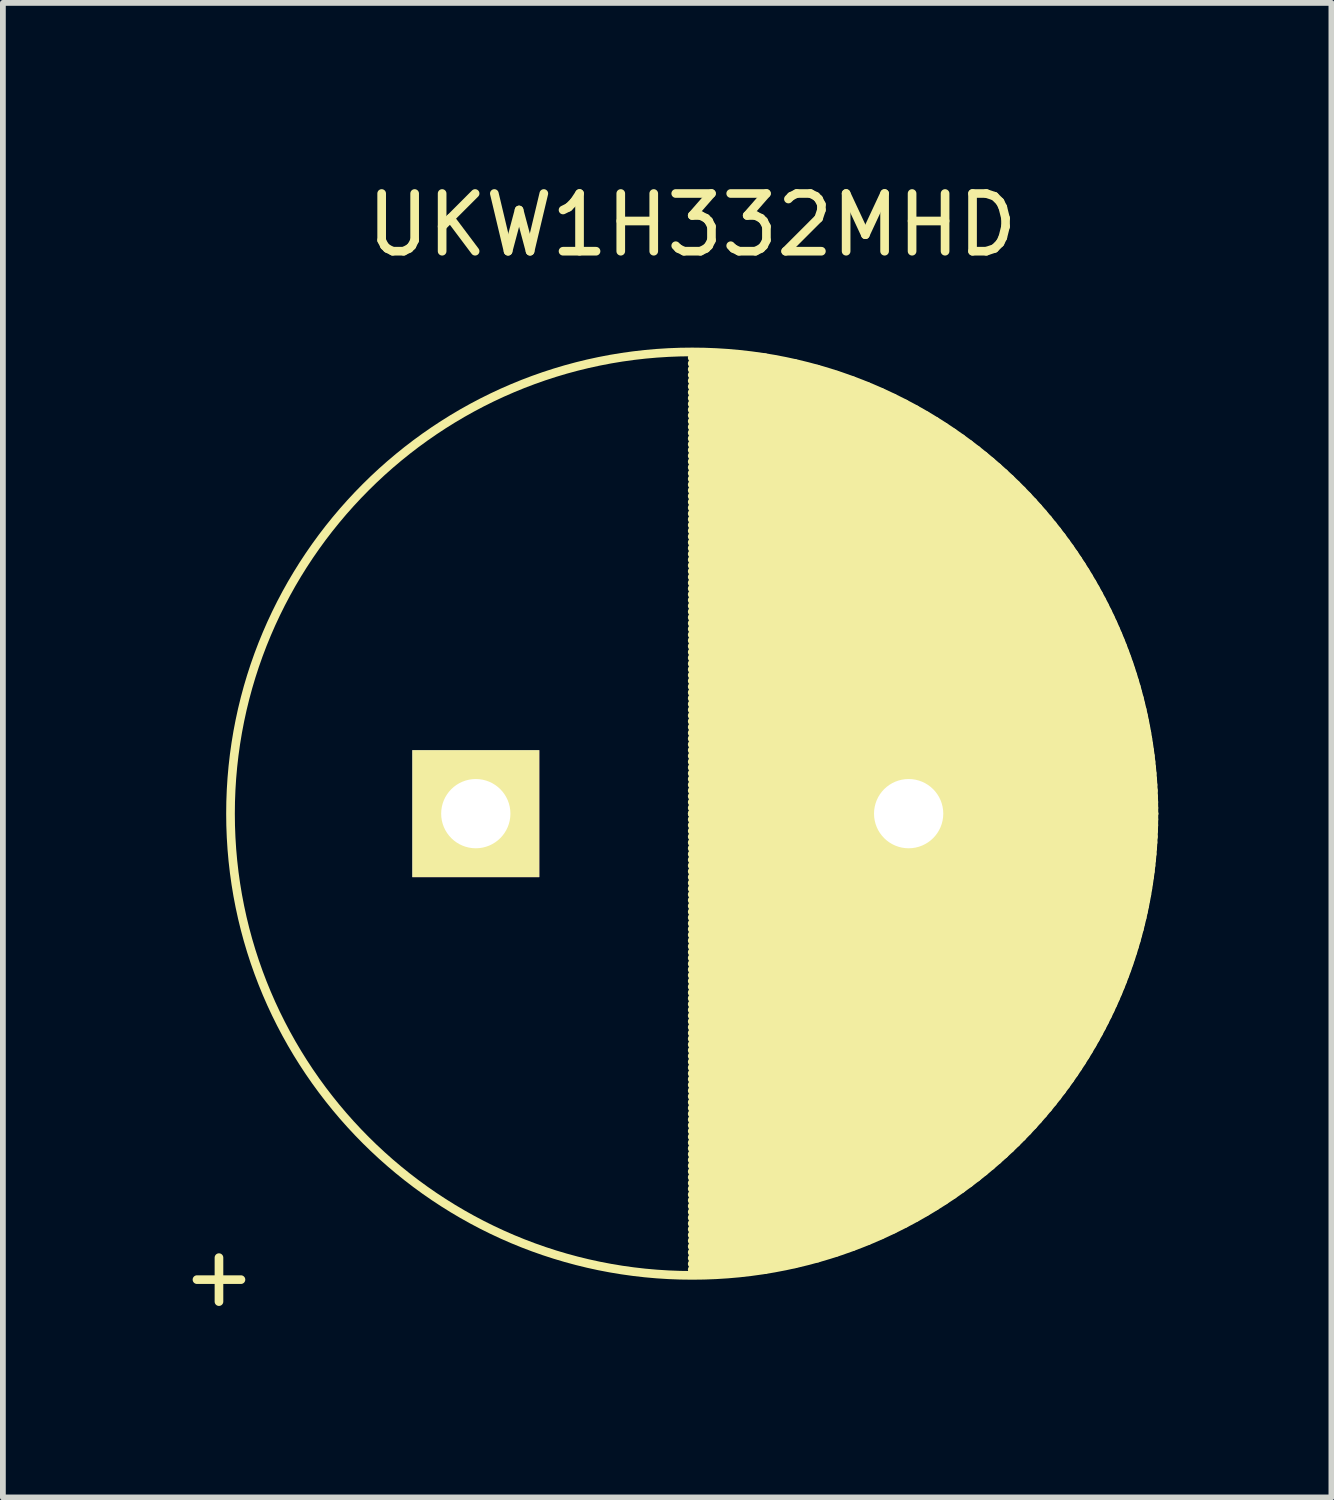
<source format=kicad_pcb>
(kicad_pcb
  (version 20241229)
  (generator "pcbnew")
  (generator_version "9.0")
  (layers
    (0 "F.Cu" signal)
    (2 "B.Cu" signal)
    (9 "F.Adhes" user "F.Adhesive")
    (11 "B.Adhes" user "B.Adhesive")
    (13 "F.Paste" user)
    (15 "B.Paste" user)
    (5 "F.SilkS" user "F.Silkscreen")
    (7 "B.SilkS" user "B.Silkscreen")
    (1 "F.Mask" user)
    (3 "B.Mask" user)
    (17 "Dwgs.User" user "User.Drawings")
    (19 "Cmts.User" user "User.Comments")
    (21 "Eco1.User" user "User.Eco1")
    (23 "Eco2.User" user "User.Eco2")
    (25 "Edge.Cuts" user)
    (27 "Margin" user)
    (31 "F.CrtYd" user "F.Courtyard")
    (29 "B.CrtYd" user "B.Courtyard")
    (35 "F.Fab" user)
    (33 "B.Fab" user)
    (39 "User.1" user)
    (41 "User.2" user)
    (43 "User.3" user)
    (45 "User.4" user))
  (footprint "UKW1H332MHD"
    (layer "F.Cu")
    (at 5.194 11.048)
    (property "Reference" "UKW1H332MHD" (at 3.75 -10.2 0) (layer "F.SilkS") (effects (font (size 1 1) (thickness 0.15))))
    (attr through_hole)
    (fp_line (start 3.75 -7.9) (end 5.011 -7.9) (stroke (width 0.15) (type solid)) (layer "F.SilkS"))
    (fp_line (start 3.75 -7.8) (end 5.528 -7.8) (stroke (width 0.15) (type solid)) (layer "F.SilkS"))
    (fp_line (start 3.75 -7.7) (end 5.92 -7.7) (stroke (width 0.15) (type solid)) (layer "F.SilkS"))
    (fp_line (start 3.75 -7.6) (end 6.248 -7.6) (stroke (width 0.15) (type solid)) (layer "F.SilkS"))
    (fp_line (start 3.75 -7.5) (end 6.534 -7.5) (stroke (width 0.15) (type solid)) (layer "F.SilkS"))
    (fp_line (start 3.75 -7.4) (end 6.79 -7.4) (stroke (width 0.15) (type solid)) (layer "F.SilkS"))
    (fp_line (start 3.75 -7.3) (end 7.023 -7.3) (stroke (width 0.15) (type solid)) (layer "F.SilkS"))
    (fp_line (start 3.75 -7.2) (end 7.237 -7.2) (stroke (width 0.15) (type solid)) (layer "F.SilkS"))
    (fp_line (start 3.75 -7.1) (end 7.436 -7.1) (stroke (width 0.15) (type solid)) (layer "F.SilkS"))
    (fp_line (start 3.75 -7) (end 7.623 -7) (stroke (width 0.15) (type solid)) (layer "F.SilkS"))
    (fp_line (start 3.75 -6.9) (end 7.798 -6.9) (stroke (width 0.15) (type solid)) (layer "F.SilkS"))
    (fp_line (start 3.75 -6.8) (end 7.964 -6.8) (stroke (width 0.15) (type solid)) (layer "F.SilkS"))
    (fp_line (start 3.75 -6.7) (end 8.121 -6.7) (stroke (width 0.15) (type solid)) (layer "F.SilkS"))
    (fp_line (start 3.75 -6.6) (end 8.271 -6.6) (stroke (width 0.15) (type solid)) (layer "F.SilkS"))
    (fp_line (start 3.75 -6.5) (end 8.414 -6.5) (stroke (width 0.15) (type solid)) (layer "F.SilkS"))
    (fp_line (start 3.75 -6.4) (end 8.55 -6.4) (stroke (width 0.15) (type solid)) (layer "F.SilkS"))
    (fp_line (start 3.75 -6.3) (end 8.681 -6.3) (stroke (width 0.15) (type solid)) (layer "F.SilkS"))
    (fp_line (start 3.75 -6.2) (end 8.806 -6.2) (stroke (width 0.15) (type solid)) (layer "F.SilkS"))
    (fp_line (start 3.75 -6.1) (end 8.926 -6.1) (stroke (width 0.15) (type solid)) (layer "F.SilkS"))
    (fp_line (start 3.75 -6) (end 9.042 -6) (stroke (width 0.15) (type solid)) (layer "F.SilkS"))
    (fp_line (start 3.75 -5.9) (end 9.153 -5.9) (stroke (width 0.15) (type solid)) (layer "F.SilkS"))
    (fp_line (start 3.75 -5.8) (end 9.26 -5.8) (stroke (width 0.15) (type solid)) (layer "F.SilkS"))
    (fp_line (start 3.75 -5.7) (end 9.363 -5.7) (stroke (width 0.15) (type solid)) (layer "F.SilkS"))
    (fp_line (start 3.75 -5.6) (end 9.463 -5.6) (stroke (width 0.15) (type solid)) (layer "F.SilkS"))
    (fp_line (start 3.75 -5.5) (end 9.559 -5.5) (stroke (width 0.15) (type solid)) (layer "F.SilkS"))
    (fp_line (start 3.75 -5.4) (end 9.653 -5.4) (stroke (width 0.15) (type solid)) (layer "F.SilkS"))
    (fp_line (start 3.75 -5.3) (end 9.742 -5.3) (stroke (width 0.15) (type solid)) (layer "F.SilkS"))
    (fp_line (start 3.75 -5.2) (end 9.829 -5.2) (stroke (width 0.15) (type solid)) (layer "F.SilkS"))
    (fp_line (start 3.75 -5.1) (end 9.914 -5.1) (stroke (width 0.15) (type solid)) (layer "F.SilkS"))
    (fp_line (start 3.75 -5) (end 9.995 -5) (stroke (width 0.15) (type solid)) (layer "F.SilkS"))
    (fp_line (start 3.75 -4.9) (end 10.074 -4.9) (stroke (width 0.15) (type solid)) (layer "F.SilkS"))
    (fp_line (start 3.75 -4.8) (end 10.15 -4.8) (stroke (width 0.15) (type solid)) (layer "F.SilkS"))
    (fp_line (start 3.75 -4.7) (end 10.224 -4.7) (stroke (width 0.15) (type solid)) (layer "F.SilkS"))
    (fp_line (start 3.75 -4.6) (end 10.295 -4.6) (stroke (width 0.15) (type solid)) (layer "F.SilkS"))
    (fp_line (start 3.75 -4.5) (end 10.364 -4.5) (stroke (width 0.15) (type solid)) (layer "F.SilkS"))
    (fp_line (start 3.75 -4.4) (end 10.431 -4.4) (stroke (width 0.15) (type solid)) (layer "F.SilkS"))
    (fp_line (start 3.75 -4.3) (end 10.496 -4.3) (stroke (width 0.15) (type solid)) (layer "F.SilkS"))
    (fp_line (start 3.75 -4.2) (end 10.559 -4.2) (stroke (width 0.15) (type solid)) (layer "F.SilkS"))
    (fp_line (start 3.75 -4.1) (end 10.619 -4.1) (stroke (width 0.15) (type solid)) (layer "F.SilkS"))
    (fp_line (start 3.75 -4) (end 10.678 -4) (stroke (width 0.15) (type solid)) (layer "F.SilkS"))
    (fp_line (start 3.75 -3.9) (end 10.735 -3.9) (stroke (width 0.15) (type solid)) (layer "F.SilkS"))
    (fp_line (start 3.75 -3.8) (end 10.79 -3.8) (stroke (width 0.15) (type solid)) (layer "F.SilkS"))
    (fp_line (start 3.75 -3.7) (end 10.843 -3.7) (stroke (width 0.15) (type solid)) (layer "F.SilkS"))
    (fp_line (start 3.75 -3.6) (end 10.894 -3.6) (stroke (width 0.15) (type solid)) (layer "F.SilkS"))
    (fp_line (start 3.75 -3.5) (end 10.944 -3.5) (stroke (width 0.15) (type solid)) (layer "F.SilkS"))
    (fp_line (start 3.75 -3.4) (end 10.992 -3.4) (stroke (width 0.15) (type solid)) (layer "F.SilkS"))
    (fp_line (start 3.75 -3.3) (end 11.038 -3.3) (stroke (width 0.15) (type solid)) (layer "F.SilkS"))
    (fp_line (start 3.75 -3.2) (end 11.082 -3.2) (stroke (width 0.15) (type solid)) (layer "F.SilkS"))
    (fp_line (start 3.75 -3.1) (end 11.125 -3.1) (stroke (width 0.15) (type solid)) (layer "F.SilkS"))
    (fp_line (start 3.75 -3) (end 11.166 -3) (stroke (width 0.15) (type solid)) (layer "F.SilkS"))
    (fp_line (start 3.75 -2.9) (end 11.206 -2.9) (stroke (width 0.15) (type solid)) (layer "F.SilkS"))
    (fp_line (start 3.75 -2.8) (end 11.244 -2.8) (stroke (width 0.15) (type solid)) (layer "F.SilkS"))
    (fp_line (start 3.75 -2.7) (end 11.281 -2.7) (stroke (width 0.15) (type solid)) (layer "F.SilkS"))
    (fp_line (start 3.75 -2.6) (end 11.316 -2.6) (stroke (width 0.15) (type solid)) (layer "F.SilkS"))
    (fp_line (start 3.75 -2.5) (end 11.349 -2.5) (stroke (width 0.15) (type solid)) (layer "F.SilkS"))
    (fp_line (start 3.75 -2.4) (end 11.382 -2.4) (stroke (width 0.15) (type solid)) (layer "F.SilkS"))
    (fp_line (start 3.75 -2.3) (end 11.412 -2.3) (stroke (width 0.15) (type solid)) (layer "F.SilkS"))
    (fp_line (start 3.75 -2.2) (end 11.442 -2.2) (stroke (width 0.15) (type solid)) (layer "F.SilkS"))
    (fp_line (start 3.75 -2.1) (end 11.469 -2.1) (stroke (width 0.15) (type solid)) (layer "F.SilkS"))
    (fp_line (start 3.75 -2) (end 11.496 -2) (stroke (width 0.15) (type solid)) (layer "F.SilkS"))
    (fp_line (start 3.75 -1.9) (end 11.521 -1.9) (stroke (width 0.15) (type solid)) (layer "F.SilkS"))
    (fp_line (start 3.75 -1.8) (end 11.545 -1.8) (stroke (width 0.15) (type solid)) (layer "F.SilkS"))
    (fp_line (start 3.75 -1.7) (end 11.567 -1.7) (stroke (width 0.15) (type solid)) (layer "F.SilkS"))
    (fp_line (start 3.75 -1.6) (end 11.588 -1.6) (stroke (width 0.15) (type solid)) (layer "F.SilkS"))
    (fp_line (start 3.75 -1.5) (end 11.608 -1.5) (stroke (width 0.15) (type solid)) (layer "F.SilkS"))
    (fp_line (start 3.75 -1.4) (end 11.627 -1.4) (stroke (width 0.15) (type solid)) (layer "F.SilkS"))
    (fp_line (start 3.75 -1.3) (end 11.644 -1.3) (stroke (width 0.15) (type solid)) (layer "F.SilkS"))
    (fp_line (start 3.75 -1.2) (end 11.659 -1.2) (stroke (width 0.15) (type solid)) (layer "F.SilkS"))
    (fp_line (start 3.75 -1.1) (end 11.674 -1.1) (stroke (width 0.15) (type solid)) (layer "F.SilkS"))
    (fp_line (start 3.75 -1) (end 11.687 -1) (stroke (width 0.15) (type solid)) (layer "F.SilkS"))
    (fp_line (start 3.75 -0.9) (end 11.699 -0.9) (stroke (width 0.15) (type solid)) (layer "F.SilkS"))
    (fp_line (start 3.75 -0.8) (end 11.71 -0.8) (stroke (width 0.15) (type solid)) (layer "F.SilkS"))
    (fp_line (start 3.75 -0.7) (end 11.719 -0.7) (stroke (width 0.15) (type solid)) (layer "F.SilkS"))
    (fp_line (start 3.75 -0.6) (end 11.727 -0.6) (stroke (width 0.15) (type solid)) (layer "F.SilkS"))
    (fp_line (start 3.75 -0.5) (end 11.734 -0.5) (stroke (width 0.15) (type solid)) (layer "F.SilkS"))
    (fp_line (start 3.75 -0.4) (end 11.74 -0.4) (stroke (width 0.15) (type solid)) (layer "F.SilkS"))
    (fp_line (start 3.75 -0.3) (end 11.744 -0.3) (stroke (width 0.15) (type solid)) (layer "F.SilkS"))
    (fp_line (start 3.75 -0.2) (end 11.748 -0.2) (stroke (width 0.15) (type solid)) (layer "F.SilkS"))
    (fp_line (start 3.75 -0.1) (end 11.749 -0.1) (stroke (width 0.15) (type solid)) (layer "F.SilkS"))
    (fp_line (start 3.75 0) (end 11.75 0) (stroke (width 0.15) (type solid)) (layer "F.SilkS"))
    (fp_line (start 3.75 0) (end 11.75 0) (stroke (width 0.15) (type solid)) (layer "F.SilkS"))
    (fp_line (start 3.75 0.1) (end 11.749 0.1) (stroke (width 0.15) (type solid)) (layer "F.SilkS"))
    (fp_line (start 3.75 0.2) (end 11.748 0.2) (stroke (width 0.15) (type solid)) (layer "F.SilkS"))
    (fp_line (start 3.75 0.3) (end 11.744 0.3) (stroke (width 0.15) (type solid)) (layer "F.SilkS"))
    (fp_line (start 3.75 0.4) (end 11.74 0.4) (stroke (width 0.15) (type solid)) (layer "F.SilkS"))
    (fp_line (start 3.75 0.5) (end 11.734 0.5) (stroke (width 0.15) (type solid)) (layer "F.SilkS"))
    (fp_line (start 3.75 0.6) (end 11.727 0.6) (stroke (width 0.15) (type solid)) (layer "F.SilkS"))
    (fp_line (start 3.75 0.7) (end 11.719 0.7) (stroke (width 0.15) (type solid)) (layer "F.SilkS"))
    (fp_line (start 3.75 0.8) (end 11.71 0.8) (stroke (width 0.15) (type solid)) (layer "F.SilkS"))
    (fp_line (start 3.75 0.9) (end 11.699 0.9) (stroke (width 0.15) (type solid)) (layer "F.SilkS"))
    (fp_line (start 3.75 1) (end 11.687 1) (stroke (width 0.15) (type solid)) (layer "F.SilkS"))
    (fp_line (start 3.75 1.1) (end 11.674 1.1) (stroke (width 0.15) (type solid)) (layer "F.SilkS"))
    (fp_line (start 3.75 1.2) (end 11.659 1.2) (stroke (width 0.15) (type solid)) (layer "F.SilkS"))
    (fp_line (start 3.75 1.3) (end 11.644 1.3) (stroke (width 0.15) (type solid)) (layer "F.SilkS"))
    (fp_line (start 3.75 1.4) (end 11.627 1.4) (stroke (width 0.15) (type solid)) (layer "F.SilkS"))
    (fp_line (start 3.75 1.5) (end 11.608 1.5) (stroke (width 0.15) (type solid)) (layer "F.SilkS"))
    (fp_line (start 3.75 1.6) (end 11.588 1.6) (stroke (width 0.15) (type solid)) (layer "F.SilkS"))
    (fp_line (start 3.75 1.7) (end 11.567 1.7) (stroke (width 0.15) (type solid)) (layer "F.SilkS"))
    (fp_line (start 3.75 1.8) (end 11.545 1.8) (stroke (width 0.15) (type solid)) (layer "F.SilkS"))
    (fp_line (start 3.75 1.9) (end 11.521 1.9) (stroke (width 0.15) (type solid)) (layer "F.SilkS"))
    (fp_line (start 3.75 2) (end 11.496 2) (stroke (width 0.15) (type solid)) (layer "F.SilkS"))
    (fp_line (start 3.75 2.1) (end 11.469 2.1) (stroke (width 0.15) (type solid)) (layer "F.SilkS"))
    (fp_line (start 3.75 2.2) (end 11.442 2.2) (stroke (width 0.15) (type solid)) (layer "F.SilkS"))
    (fp_line (start 3.75 2.3) (end 11.412 2.3) (stroke (width 0.15) (type solid)) (layer "F.SilkS"))
    (fp_line (start 3.75 2.4) (end 11.382 2.4) (stroke (width 0.15) (type solid)) (layer "F.SilkS"))
    (fp_line (start 3.75 2.5) (end 11.349 2.5) (stroke (width 0.15) (type solid)) (layer "F.SilkS"))
    (fp_line (start 3.75 2.6) (end 11.316 2.6) (stroke (width 0.15) (type solid)) (layer "F.SilkS"))
    (fp_line (start 3.75 2.7) (end 11.281 2.7) (stroke (width 0.15) (type solid)) (layer "F.SilkS"))
    (fp_line (start 3.75 2.8) (end 11.244 2.8) (stroke (width 0.15) (type solid)) (layer "F.SilkS"))
    (fp_line (start 3.75 2.9) (end 11.206 2.9) (stroke (width 0.15) (type solid)) (layer "F.SilkS"))
    (fp_line (start 3.75 3) (end 11.166 3) (stroke (width 0.15) (type solid)) (layer "F.SilkS"))
    (fp_line (start 3.75 3.1) (end 11.125 3.1) (stroke (width 0.15) (type solid)) (layer "F.SilkS"))
    (fp_line (start 3.75 3.2) (end 11.082 3.2) (stroke (width 0.15) (type solid)) (layer "F.SilkS"))
    (fp_line (start 3.75 3.3) (end 11.038 3.3) (stroke (width 0.15) (type solid)) (layer "F.SilkS"))
    (fp_line (start 3.75 3.4) (end 10.992 3.4) (stroke (width 0.15) (type solid)) (layer "F.SilkS"))
    (fp_line (start 3.75 3.5) (end 10.944 3.5) (stroke (width 0.15) (type solid)) (layer "F.SilkS"))
    (fp_line (start 3.75 3.6) (end 10.894 3.6) (stroke (width 0.15) (type solid)) (layer "F.SilkS"))
    (fp_line (start 3.75 3.7) (end 10.843 3.7) (stroke (width 0.15) (type solid)) (layer "F.SilkS"))
    (fp_line (start 3.75 3.8) (end 10.79 3.8) (stroke (width 0.15) (type solid)) (layer "F.SilkS"))
    (fp_line (start 3.75 3.9) (end 10.735 3.9) (stroke (width 0.15) (type solid)) (layer "F.SilkS"))
    (fp_line (start 3.75 4) (end 10.678 4) (stroke (width 0.15) (type solid)) (layer "F.SilkS"))
    (fp_line (start 3.75 4.1) (end 10.619 4.1) (stroke (width 0.15) (type solid)) (layer "F.SilkS"))
    (fp_line (start 3.75 4.2) (end 10.559 4.2) (stroke (width 0.15) (type solid)) (layer "F.SilkS"))
    (fp_line (start 3.75 4.3) (end 10.496 4.3) (stroke (width 0.15) (type solid)) (layer "F.SilkS"))
    (fp_line (start 3.75 4.4) (end 10.431 4.4) (stroke (width 0.15) (type solid)) (layer "F.SilkS"))
    (fp_line (start 3.75 4.5) (end 10.364 4.5) (stroke (width 0.15) (type solid)) (layer "F.SilkS"))
    (fp_line (start 3.75 4.6) (end 10.295 4.6) (stroke (width 0.15) (type solid)) (layer "F.SilkS"))
    (fp_line (start 3.75 4.7) (end 10.224 4.7) (stroke (width 0.15) (type solid)) (layer "F.SilkS"))
    (fp_line (start 3.75 4.8) (end 10.15 4.8) (stroke (width 0.15) (type solid)) (layer "F.SilkS"))
    (fp_line (start 3.75 4.9) (end 10.074 4.9) (stroke (width 0.15) (type solid)) (layer "F.SilkS"))
    (fp_line (start 3.75 5) (end 9.995 5) (stroke (width 0.15) (type solid)) (layer "F.SilkS"))
    (fp_line (start 3.75 5.1) (end 9.914 5.1) (stroke (width 0.15) (type solid)) (layer "F.SilkS"))
    (fp_line (start 3.75 5.2) (end 9.829 5.2) (stroke (width 0.15) (type solid)) (layer "F.SilkS"))
    (fp_line (start 3.75 5.3) (end 9.742 5.3) (stroke (width 0.15) (type solid)) (layer "F.SilkS"))
    (fp_line (start 3.75 5.4) (end 9.653 5.4) (stroke (width 0.15) (type solid)) (layer "F.SilkS"))
    (fp_line (start 3.75 5.5) (end 9.559 5.5) (stroke (width 0.15) (type solid)) (layer "F.SilkS"))
    (fp_line (start 3.75 5.6) (end 9.463 5.6) (stroke (width 0.15) (type solid)) (layer "F.SilkS"))
    (fp_line (start 3.75 5.7) (end 9.363 5.7) (stroke (width 0.15) (type solid)) (layer "F.SilkS"))
    (fp_line (start 3.75 5.8) (end 9.26 5.8) (stroke (width 0.15) (type solid)) (layer "F.SilkS"))
    (fp_line (start 3.75 5.9) (end 9.153 5.9) (stroke (width 0.15) (type solid)) (layer "F.SilkS"))
    (fp_line (start 3.75 6) (end 9.042 6) (stroke (width 0.15) (type solid)) (layer "F.SilkS"))
    (fp_line (start 3.75 6.1) (end 8.926 6.1) (stroke (width 0.15) (type solid)) (layer "F.SilkS"))
    (fp_line (start 3.75 6.2) (end 8.806 6.2) (stroke (width 0.15) (type solid)) (layer "F.SilkS"))
    (fp_line (start 3.75 6.3) (end 8.681 6.3) (stroke (width 0.15) (type solid)) (layer "F.SilkS"))
    (fp_line (start 3.75 6.4) (end 8.55 6.4) (stroke (width 0.15) (type solid)) (layer "F.SilkS"))
    (fp_line (start 3.75 6.5) (end 8.414 6.5) (stroke (width 0.15) (type solid)) (layer "F.SilkS"))
    (fp_line (start 3.75 6.6) (end 8.271 6.6) (stroke (width 0.15) (type solid)) (layer "F.SilkS"))
    (fp_line (start 3.75 6.7) (end 8.121 6.7) (stroke (width 0.15) (type solid)) (layer "F.SilkS"))
    (fp_line (start 3.75 6.8) (end 7.964 6.8) (stroke (width 0.15) (type solid)) (layer "F.SilkS"))
    (fp_line (start 3.75 6.9) (end 7.798 6.9) (stroke (width 0.15) (type solid)) (layer "F.SilkS"))
    (fp_line (start 3.75 7) (end 7.623 7) (stroke (width 0.15) (type solid)) (layer "F.SilkS"))
    (fp_line (start 3.75 7.1) (end 7.436 7.1) (stroke (width 0.15) (type solid)) (layer "F.SilkS"))
    (fp_line (start 3.75 7.2) (end 7.237 7.2) (stroke (width 0.15) (type solid)) (layer "F.SilkS"))
    (fp_line (start 3.75 7.3) (end 7.023 7.3) (stroke (width 0.15) (type solid)) (layer "F.SilkS"))
    (fp_line (start 3.75 7.4) (end 6.79 7.4) (stroke (width 0.15) (type solid)) (layer "F.SilkS"))
    (fp_line (start 3.75 7.5) (end 6.534 7.5) (stroke (width 0.15) (type solid)) (layer "F.SilkS"))
    (fp_line (start 3.75 7.6) (end 6.248 7.6) (stroke (width 0.15) (type solid)) (layer "F.SilkS"))
    (fp_line (start 3.75 7.7) (end 5.92 7.7) (stroke (width 0.15) (type solid)) (layer "F.SilkS"))
    (fp_line (start 3.75 7.8) (end 5.528 7.8) (stroke (width 0.15) (type solid)) (layer "F.SilkS"))
    (fp_line (start 3.75 7.9) (end 5.011 7.9) (stroke (width 0.15) (type solid)) (layer "F.SilkS"))
    (fp_circle (center 3.75 0) (end 3.75 -8) (stroke (width 0.15) (type solid)) (fill no) (layer "F.SilkS"))
    (fp_text user "+" (at -4.45 8 0) (layer "F.SilkS") (effects (font (size 1 1) (thickness 0.15))))
    (pad "1" thru_hole rect (at 0 0) (size 2.2 2.2) (drill 1.2) (layers "*.Cu" "*.Mask" "F.SilkS"))
    (pad "2" thru_hole circle (at 7.5 0) (size 2.2 2.2) (drill 1.2) (layers "*.Cu" "*.Mask" "F.SilkS")))
  (gr_rect
    (start -3 -3)
    (end 20.019 22.896)
    (stroke (width 0.1) (type default))
    (fill no)
    (layer "Edge.Cuts")))
</source>
